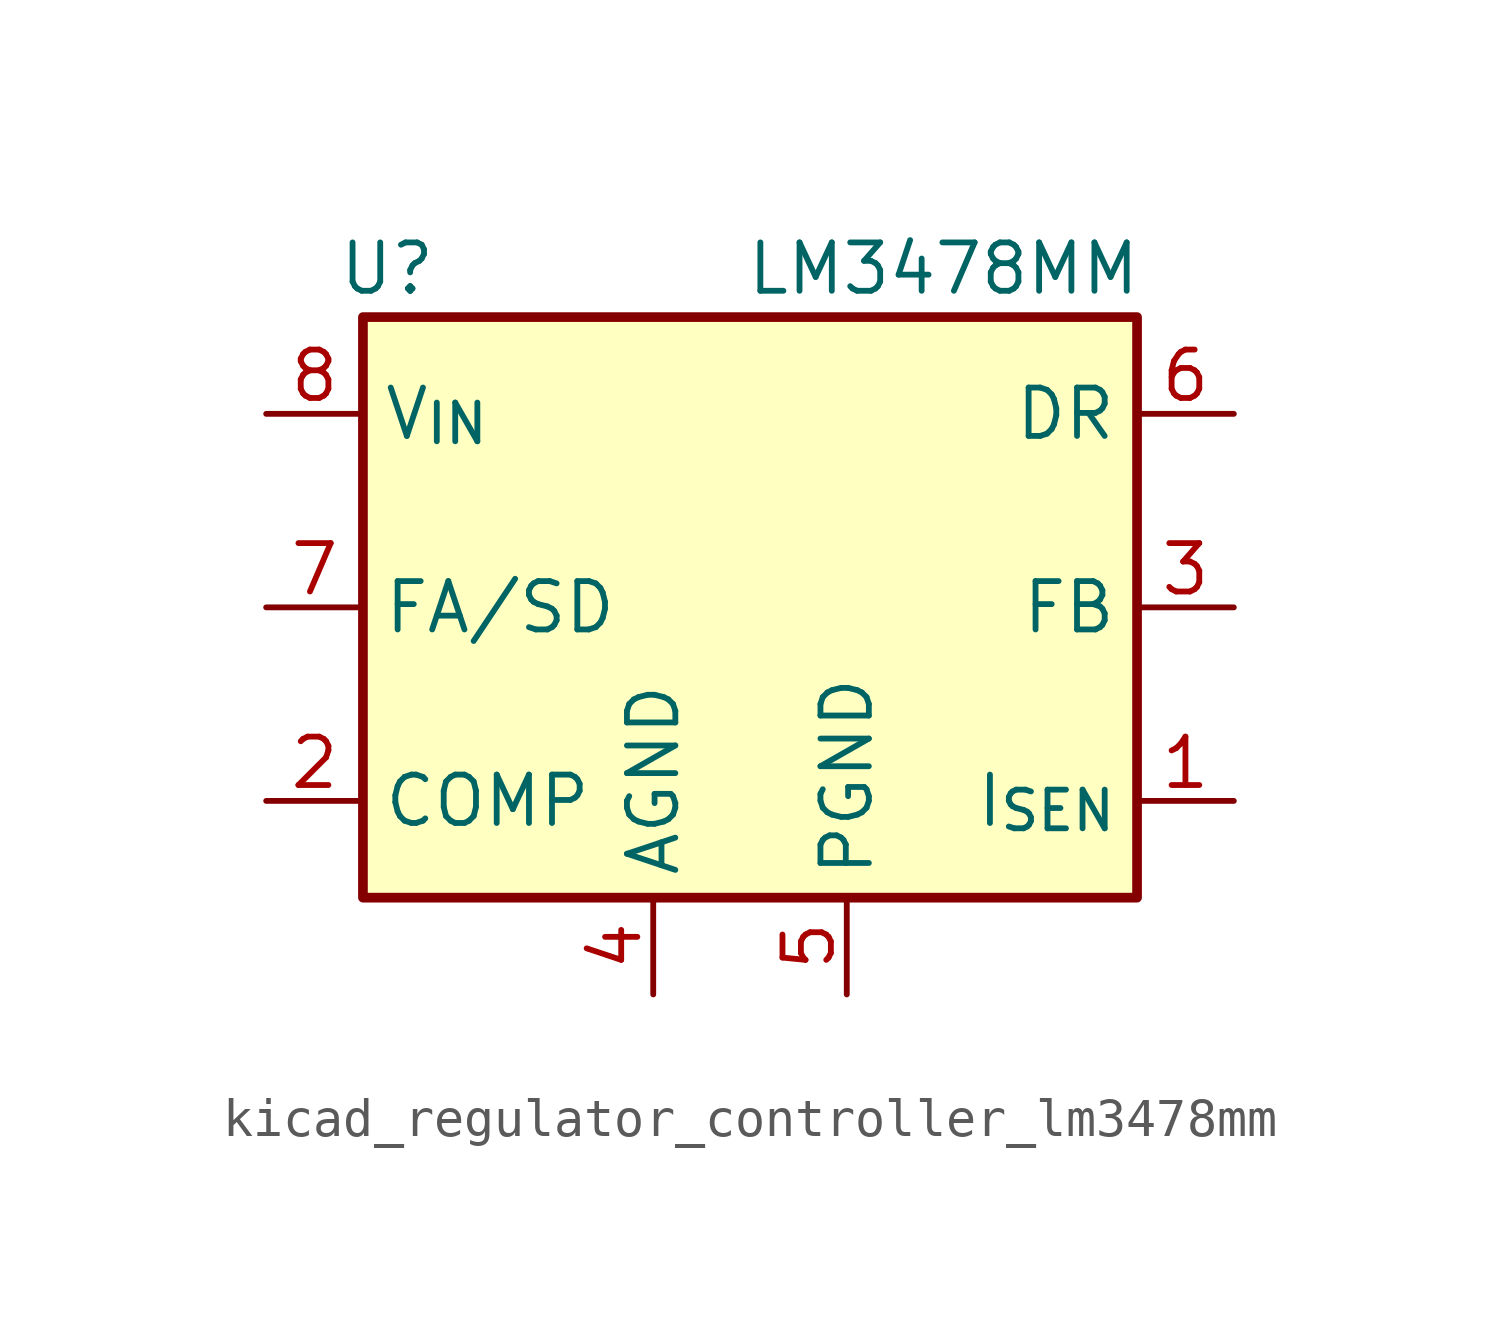
<source format=kicad_sym>
(kicad_symbol_lib
  (version 20220914)
  (generator kicad_symbol_editor)
  (symbol "kicad_regulator_controller_lm3478mm"
    (property "Reference" "U"
      (at -9.525 8.89 0)
      (effects (font (size 1.27 1.27))))
    (property "Value" "LM3478MM"
      (at 5.08 8.89 0)
      (effects (font (size 1.27 1.27))))
    (symbol "kicad_regulator_controller_lm3478mm_0_1"
      (rectangle (start -10.16 7.62) (end 10.16 -7.62) (stroke (width 0.254) (type default)) (fill (type background))))
    (symbol "kicad_regulator_controller_lm3478mm_1_1"
      (pin input line (at 12.7 -5.08 180) (length 2.54) (name "I_{SEN}" (effects (font (size 1.27 1.27)))) (number "1" (effects (font (size 1.27 1.27)))))
      (pin input line (at -12.7 -5.08 0) (length 2.54) (name "COMP" (effects (font (size 1.27 1.27)))) (number "2" (effects (font (size 1.27 1.27)))))
      (pin input line (at 12.7 0 180) (length 2.54) (name "FB" (effects (font (size 1.27 1.27)))) (number "3" (effects (font (size 1.27 1.27)))))
      (pin power_in line (at -2.54 -10.16 90) (length 2.54) (name "AGND" (effects (font (size 1.27 1.27)))) (number "4" (effects (font (size 1.27 1.27)))))
      (pin power_in line (at 2.54 -10.16 90) (length 2.54) (name "PGND" (effects (font (size 1.27 1.27)))) (number "5" (effects (font (size 1.27 1.27)))))
      (pin output line (at 12.7 5.08 180) (length 2.54) (name "DR" (effects (font (size 1.27 1.27)))) (number "6" (effects (font (size 1.27 1.27)))))
      (pin input line (at -12.7 0 0) (length 2.54) (name "FA/SD" (effects (font (size 1.27 1.27)))) (number "7" (effects (font (size 1.27 1.27)))))
      (pin power_in line (at -12.7 5.08 0) (length 2.54) (name "V_{IN}" (effects (font (size 1.27 1.27)))) (number "8" (effects (font (size 1.27 1.27))))))))
</source>
